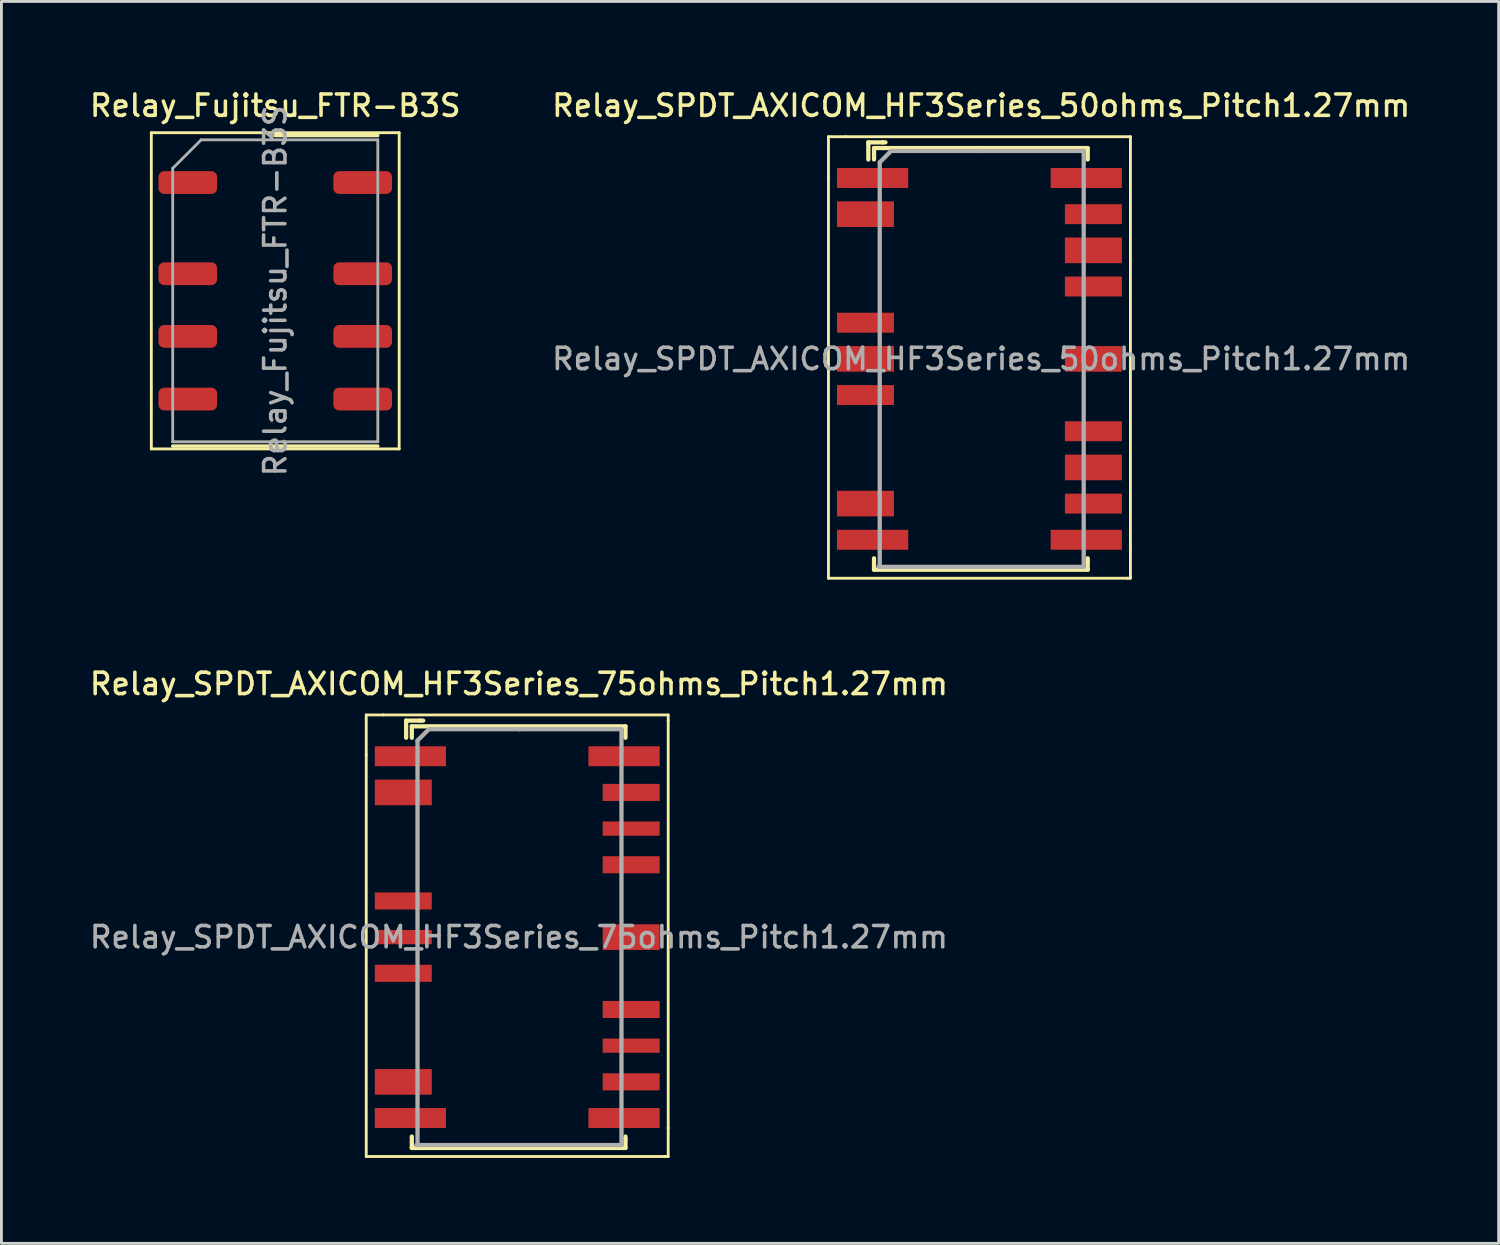
<source format=kicad_pcb>
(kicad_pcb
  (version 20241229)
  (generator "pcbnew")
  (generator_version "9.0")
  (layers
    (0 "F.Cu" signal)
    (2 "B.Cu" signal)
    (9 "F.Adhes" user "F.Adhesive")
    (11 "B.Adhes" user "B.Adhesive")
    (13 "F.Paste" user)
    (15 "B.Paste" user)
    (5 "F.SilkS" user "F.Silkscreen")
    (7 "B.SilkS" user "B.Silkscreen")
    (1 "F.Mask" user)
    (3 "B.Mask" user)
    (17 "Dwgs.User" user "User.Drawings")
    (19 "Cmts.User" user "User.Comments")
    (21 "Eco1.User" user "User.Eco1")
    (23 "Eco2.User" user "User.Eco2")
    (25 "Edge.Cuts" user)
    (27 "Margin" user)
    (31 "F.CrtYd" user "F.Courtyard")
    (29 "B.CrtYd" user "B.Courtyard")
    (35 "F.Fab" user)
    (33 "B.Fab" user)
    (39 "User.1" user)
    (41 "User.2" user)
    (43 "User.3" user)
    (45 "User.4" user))
  (footprint "Relay_SPDT_AXICOM_HF3Series_50ohms_Pitch1.27mm"
    (layer "F.Cu")
    (at 31.331 9.548)
    (property "Reference" "Relay_SPDT_AXICOM_HF3Series_50ohms_Pitch1.27mm" (at 0.06 -8.89 0) (layer "F.SilkS") (effects (font (size 0.75 0.75) (thickness 0.125))))
    (attr smd)
    (fp_line (start -5.3 -7.8) (end -5.3 -6.4) (stroke (width 0.1) (type solid)) (layer "F.SilkS"))
    (fp_line (start -5.3 -6.4) (end -5.3 7.7) (stroke (width 0.1) (type solid)) (layer "F.SilkS"))
    (fp_line (start -5.3 7.7) (end 5.2 7.7) (stroke (width 0.1) (type solid)) (layer "F.SilkS"))
    (fp_line (start -4.7 -7.8) (end -5.3 -7.8) (stroke (width 0.1) (type solid)) (layer "F.SilkS"))
    (fp_line (start -3.9 -7.6) (end -3.4 -7.6) (stroke (width 0.15) (type solid)) (layer "F.SilkS"))
    (fp_line (start -3.9 -7) (end -3.9 -7.6) (stroke (width 0.15) (type solid)) (layer "F.SilkS"))
    (fp_line (start -3.7 -7.4) (end -3.7 -7) (stroke (width 0.15) (type solid)) (layer "F.SilkS"))
    (fp_line (start -3.7 7.4) (end -3.7 7) (stroke (width 0.15) (type solid)) (layer "F.SilkS"))
    (fp_line (start -3.4 -7.6) (end -3.3 -7.6) (stroke (width 0.15) (type solid)) (layer "F.SilkS"))
    (fp_line (start 3.8 -7.4) (end -3.7 -7.4) (stroke (width 0.15) (type solid)) (layer "F.SilkS"))
    (fp_line (start 3.8 -7) (end 3.8 -7.4) (stroke (width 0.15) (type solid)) (layer "F.SilkS"))
    (fp_line (start 3.8 7.1) (end 3.8 7) (stroke (width 0.15) (type solid)) (layer "F.SilkS"))
    (fp_line (start 3.8 7.1) (end 3.8 7.4) (stroke (width 0.15) (type solid)) (layer "F.SilkS"))
    (fp_line (start 3.8 7.4) (end -3.7 7.4) (stroke (width 0.15) (type solid)) (layer "F.SilkS"))
    (fp_line (start 5.2 7.7) (end 5.3 7.7) (stroke (width 0.1) (type solid)) (layer "F.SilkS"))
    (fp_line (start 5.3 -7.8) (end -4.7 -7.8) (stroke (width 0.1) (type solid)) (layer "F.SilkS"))
    (fp_line (start 5.3 -7.6) (end 5.3 -7.8) (stroke (width 0.1) (type solid)) (layer "F.SilkS"))
    (fp_line (start 5.3 6.7) (end 5.3 -7.6) (stroke (width 0.1) (type solid)) (layer "F.SilkS"))
    (fp_line (start 5.3 7.7) (end 5.3 6.7) (stroke (width 0.1) (type solid)) (layer "F.SilkS"))
    (fp_line (start -3.5 -6.9) (end -3.1 -7.3) (stroke (width 0.15) (type solid)) (layer "F.Fab"))
    (fp_line (start -3.5 7.3) (end -3.5 -6.9) (stroke (width 0.15) (type solid)) (layer "F.Fab"))
    (fp_line (start -3.1 -7.3) (end 0.1 -7.3) (stroke (width 0.15) (type solid)) (layer "F.Fab"))
    (fp_line (start 0.06 -7.3) (end 3.66 -7.3) (stroke (width 0.15) (type solid)) (layer "F.Fab"))
    (fp_line (start 3.66 -7.3) (end 3.66 7.3) (stroke (width 0.15) (type solid)) (layer "F.Fab"))
    (fp_line (start 3.66 7.3) (end -3.54 7.3) (stroke (width 0.15) (type solid)) (layer "F.Fab"))
    (fp_text user "${REFERENCE}" (at 0.06 0 0) (layer "F.Fab") (effects (font (size 0.75 0.75) (thickness 0.125))))
    (pad "1" smd rect (at -3.75 -6.35) (size 2.5 0.7) (layers "F.Cu" "F.Mask" "F.Paste"))
    (pad "2" smd rect (at -4 -5.08) (size 2 0.9) (layers "F.Cu" "F.Mask" "F.Paste"))
    (pad "5" smd rect (at -4 -1.27) (size 2 0.7) (layers "F.Cu" "F.Mask" "F.Paste"))
    (pad "6" smd rect (at -4 0) (size 2 0.9) (layers "F.Cu" "F.Mask" "F.Paste"))
    (pad "7" smd rect (at -4 1.27) (size 2 0.7) (layers "F.Cu" "F.Mask" "F.Paste"))
    (pad "10" smd rect (at -4 5.08) (size 2 0.9) (layers "F.Cu" "F.Mask" "F.Paste"))
    (pad "11" smd rect (at -3.75 6.35) (size 2.5 0.7) (layers "F.Cu" "F.Mask" "F.Paste"))
    (pad "12" smd rect (at 3.75 6.35) (size 2.5 0.7) (layers "F.Cu" "F.Mask" "F.Paste"))
    (pad "13" smd rect (at 4 5.08) (size 2 0.7) (layers "F.Cu" "F.Mask" "F.Paste"))
    (pad "14" smd rect (at 4 3.81) (size 2 0.9) (layers "F.Cu" "F.Mask" "F.Paste"))
    (pad "15" smd rect (at 4 2.54) (size 2 0.7) (layers "F.Cu" "F.Mask" "F.Paste"))
    (pad "17" smd rect (at 4 0) (size 2 0.9) (layers "F.Cu" "F.Mask" "F.Paste"))
    (pad "19" smd rect (at 4 -2.54) (size 2 0.7) (layers "F.Cu" "F.Mask" "F.Paste"))
    (pad "20" smd rect (at 4 -3.81) (size 2 0.9) (layers "F.Cu" "F.Mask" "F.Paste"))
    (pad "21" smd rect (at 4 -5.08) (size 2 0.7) (layers "F.Cu" "F.Mask" "F.Paste"))
    (pad "22" smd rect (at 3.75 -6.35) (size 2.5 0.7) (layers "F.Cu" "F.Mask" "F.Paste")))
  (footprint "Relay_Fujitsu_FTR-B3S"
    (layer "F.Cu")
    (at 6.612 7.158)
    (property "Reference" "Relay_Fujitsu_FTR-B3S" (at 0 -6.5 0) (layer "F.SilkS") (effects (font (size 0.75 0.75) (thickness 0.125))))
    (attr smd)
    (fp_line (start -4.35 -5.55) (end -4.35 5.55) (stroke (width 0.1) (type solid)) (layer "F.SilkS"))
    (fp_line (start -4.35 5.55) (end 4.35 5.55) (stroke (width 0.1) (type solid)) (layer "F.SilkS"))
    (fp_line (start -3.6 5.45) (end 3.6 5.45) (stroke (width 0.12) (type solid)) (layer "F.SilkS"))
    (fp_line (start 0 -5.45) (end 3.6 -5.45) (stroke (width 0.12) (type solid)) (layer "F.SilkS"))
    (fp_line (start 4.35 -5.55) (end -4.35 -5.55) (stroke (width 0.1) (type solid)) (layer "F.SilkS"))
    (fp_line (start 4.35 5.55) (end 4.35 -5.55) (stroke (width 0.1) (type solid)) (layer "F.SilkS"))
    (fp_line (start -3.6 -4.3) (end -2.6 -5.3) (stroke (width 0.1) (type solid)) (layer "F.Fab"))
    (fp_line (start -3.6 5.3) (end -3.6 -4.3) (stroke (width 0.1) (type solid)) (layer "F.Fab"))
    (fp_line (start -2.6 -5.3) (end 3.6 -5.3) (stroke (width 0.1) (type solid)) (layer "F.Fab"))
    (fp_line (start 3.6 -5.3) (end 3.6 5.3) (stroke (width 0.1) (type solid)) (layer "F.Fab"))
    (fp_line (start 3.6 5.3) (end -3.6 5.3) (stroke (width 0.1) (type solid)) (layer "F.Fab"))
    (fp_text user "${REFERENCE}" (at 0 0 90) (layer "F.Fab") (effects (font (size 0.75 0.75) (thickness 0.125))))
    (pad "1" smd roundrect (at -3.07 -3.8) (size 2.06 0.8) (layers "F.Cu" "F.Mask" "F.Paste") (roundrect_rratio 0.25))
    (pad "2" smd roundrect (at -3.07 -0.6) (size 2.06 0.8) (layers "F.Cu" "F.Mask" "F.Paste") (roundrect_rratio 0.25))
    (pad "3" smd roundrect (at -3.07 1.6) (size 2.06 0.8) (layers "F.Cu" "F.Mask" "F.Paste") (roundrect_rratio 0.25))
    (pad "4" smd roundrect (at -3.07 3.8) (size 2.06 0.8) (layers "F.Cu" "F.Mask" "F.Paste") (roundrect_rratio 0.25))
    (pad "5" smd roundrect (at 3.07 3.8) (size 2.06 0.8) (layers "F.Cu" "F.Mask" "F.Paste") (roundrect_rratio 0.25))
    (pad "6" smd roundrect (at 3.07 1.6) (size 2.06 0.8) (layers "F.Cu" "F.Mask" "F.Paste") (roundrect_rratio 0.25))
    (pad "7" smd roundrect (at 3.07 -0.6) (size 2.06 0.8) (layers "F.Cu" "F.Mask" "F.Paste") (roundrect_rratio 0.25))
    (pad "8" smd roundrect (at 3.07 -3.8) (size 2.06 0.8) (layers "F.Cu" "F.Mask" "F.Paste") (roundrect_rratio 0.25)))
  (footprint "Relay_SPDT_AXICOM_HF3Series_75ohms_Pitch1.27mm"
    (layer "F.Cu")
    (at 15.106 29.846)
    (property "Reference" "Relay_SPDT_AXICOM_HF3Series_75ohms_Pitch1.27mm" (at 0.06 -8.89 0) (layer "F.SilkS") (effects (font (size 0.75 0.75) (thickness 0.125))))
    (attr smd)
    (fp_line (start -5.3 -7.8) (end -5.3 -6.4) (stroke (width 0.1) (type solid)) (layer "F.SilkS"))
    (fp_line (start -5.3 -6.4) (end -5.3 7.7) (stroke (width 0.1) (type solid)) (layer "F.SilkS"))
    (fp_line (start -5.3 7.7) (end 5.2 7.7) (stroke (width 0.1) (type solid)) (layer "F.SilkS"))
    (fp_line (start -4.7 -7.8) (end -5.3 -7.8) (stroke (width 0.1) (type solid)) (layer "F.SilkS"))
    (fp_line (start -3.9 -7.6) (end -3.4 -7.6) (stroke (width 0.15) (type solid)) (layer "F.SilkS"))
    (fp_line (start -3.9 -7) (end -3.9 -7.6) (stroke (width 0.15) (type solid)) (layer "F.SilkS"))
    (fp_line (start -3.7 -7.4) (end -3.7 -7) (stroke (width 0.15) (type solid)) (layer "F.SilkS"))
    (fp_line (start -3.7 7.4) (end -3.7 7) (stroke (width 0.15) (type solid)) (layer "F.SilkS"))
    (fp_line (start -3.4 -7.6) (end -3.3 -7.6) (stroke (width 0.15) (type solid)) (layer "F.SilkS"))
    (fp_line (start 3.8 -7.4) (end -3.7 -7.4) (stroke (width 0.15) (type solid)) (layer "F.SilkS"))
    (fp_line (start 3.8 -7) (end 3.8 -7.4) (stroke (width 0.15) (type solid)) (layer "F.SilkS"))
    (fp_line (start 3.8 7.1) (end 3.8 7) (stroke (width 0.15) (type solid)) (layer "F.SilkS"))
    (fp_line (start 3.8 7.1) (end 3.8 7.4) (stroke (width 0.15) (type solid)) (layer "F.SilkS"))
    (fp_line (start 3.8 7.4) (end -3.7 7.4) (stroke (width 0.15) (type solid)) (layer "F.SilkS"))
    (fp_line (start 5.2 7.7) (end 5.3 7.7) (stroke (width 0.1) (type solid)) (layer "F.SilkS"))
    (fp_line (start 5.3 -7.8) (end -4.7 -7.8) (stroke (width 0.1) (type solid)) (layer "F.SilkS"))
    (fp_line (start 5.3 -7.6) (end 5.3 -7.8) (stroke (width 0.1) (type solid)) (layer "F.SilkS"))
    (fp_line (start 5.3 6.7) (end 5.3 -7.6) (stroke (width 0.1) (type solid)) (layer "F.SilkS"))
    (fp_line (start 5.3 7.7) (end 5.3 6.7) (stroke (width 0.1) (type solid)) (layer "F.SilkS"))
    (fp_line (start -3.5 -6.9) (end -3.1 -7.3) (stroke (width 0.15) (type solid)) (layer "F.Fab"))
    (fp_line (start -3.5 7.3) (end -3.5 -6.9) (stroke (width 0.15) (type solid)) (layer "F.Fab"))
    (fp_line (start -3.1 -7.3) (end 0.1 -7.3) (stroke (width 0.15) (type solid)) (layer "F.Fab"))
    (fp_line (start 0.06 -7.3) (end 3.66 -7.3) (stroke (width 0.15) (type solid)) (layer "F.Fab"))
    (fp_line (start 3.66 -7.3) (end 3.66 7.3) (stroke (width 0.15) (type solid)) (layer "F.Fab"))
    (fp_line (start 3.66 7.3) (end -3.54 7.3) (stroke (width 0.15) (type solid)) (layer "F.Fab"))
    (fp_text user "${REFERENCE}" (at 0.06 0 0) (layer "F.Fab") (effects (font (size 0.75 0.75) (thickness 0.125))))
    (pad "1" smd rect (at -3.75 -6.35) (size 2.5 0.7) (layers "F.Cu" "F.Mask" "F.Paste"))
    (pad "2" smd rect (at -4 -5.08) (size 2 0.9) (layers "F.Cu" "F.Mask" "F.Paste"))
    (pad "5" smd rect (at -4 -1.27) (size 2 0.6) (layers "F.Cu" "F.Mask" "F.Paste"))
    (pad "6" smd rect (at -4 0) (size 2 0.5) (layers "F.Cu" "F.Mask" "F.Paste"))
    (pad "7" smd rect (at -4 1.27) (size 2 0.6) (layers "F.Cu" "F.Mask" "F.Paste"))
    (pad "10" smd rect (at -4 5.08) (size 2 0.9) (layers "F.Cu" "F.Mask" "F.Paste"))
    (pad "11" smd rect (at -3.75 6.35) (size 2.5 0.7) (layers "F.Cu" "F.Mask" "F.Paste"))
    (pad "12" smd rect (at 3.75 6.35) (size 2.5 0.7) (layers "F.Cu" "F.Mask" "F.Paste"))
    (pad "13" smd rect (at 4 5.08) (size 2 0.6) (layers "F.Cu" "F.Mask" "F.Paste"))
    (pad "14" smd rect (at 4 3.81) (size 2 0.5) (layers "F.Cu" "F.Mask" "F.Paste"))
    (pad "15" smd rect (at 4 2.54) (size 2 0.6) (layers "F.Cu" "F.Mask" "F.Paste"))
    (pad "17" smd rect (at 4 0) (size 2 0.9) (layers "F.Cu" "F.Mask" "F.Paste"))
    (pad "19" smd rect (at 4 -2.54) (size 2 0.6) (layers "F.Cu" "F.Mask" "F.Paste"))
    (pad "20" smd rect (at 4 -3.81) (size 2 0.5) (layers "F.Cu" "F.Mask" "F.Paste"))
    (pad "21" smd rect (at 4 -5.08) (size 2 0.6) (layers "F.Cu" "F.Mask" "F.Paste"))
    (pad "22" smd rect (at 3.75 -6.35) (size 2.5 0.7) (layers "F.Cu" "F.Mask" "F.Paste")))
  (gr_rect
    (start -3 -3)
    (end 49.557 40.596)
    (stroke (width 0.1) (type default))
    (fill no)
    (layer "Edge.Cuts")))
</source>
